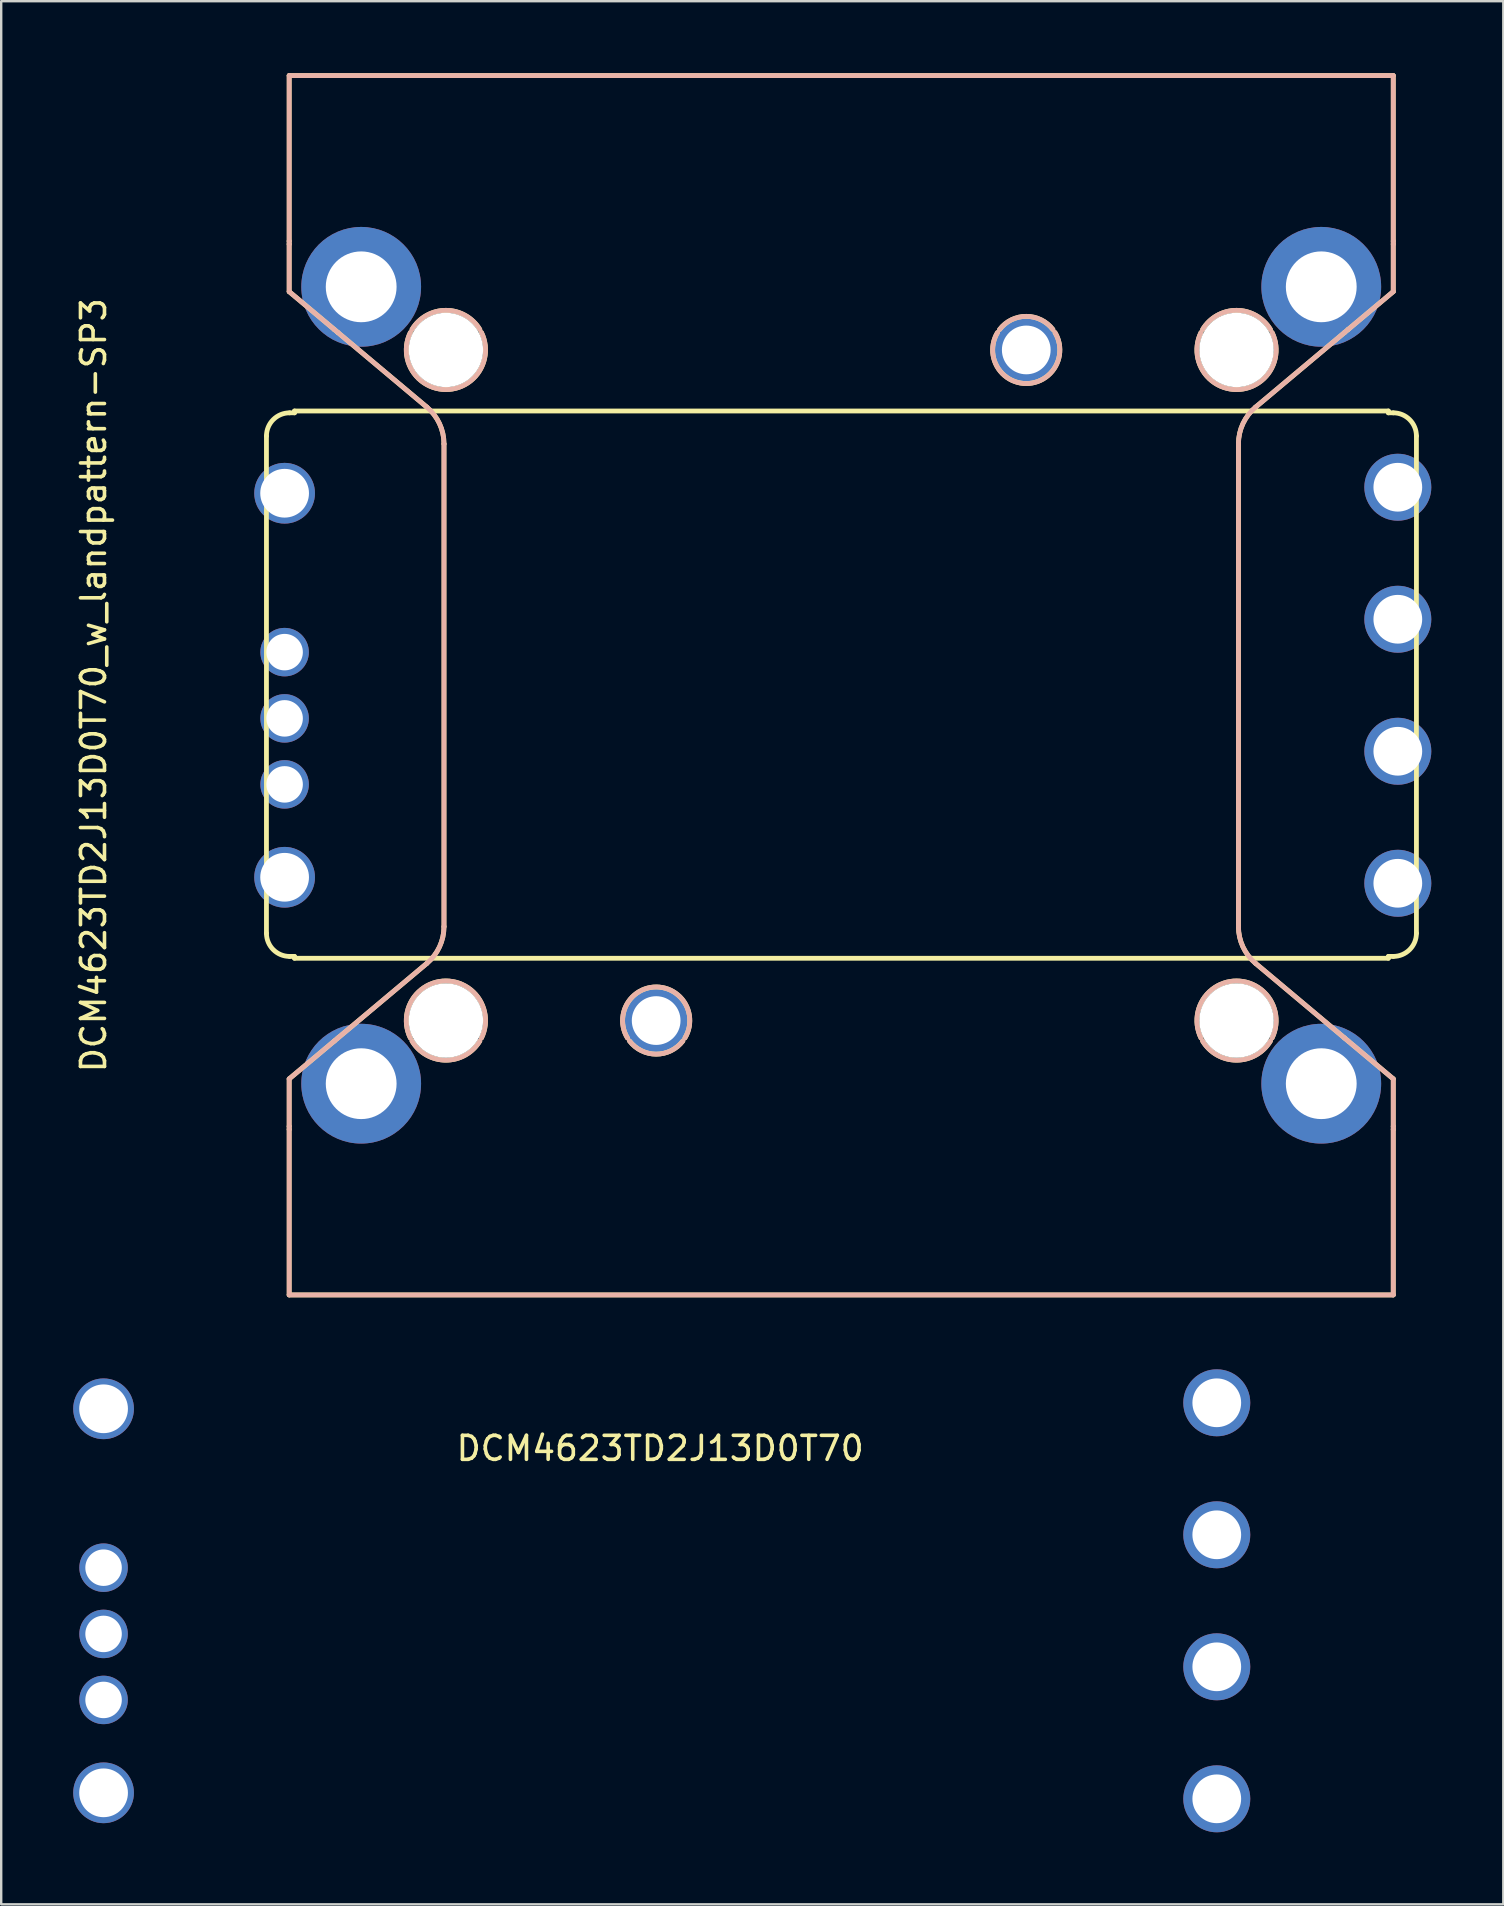
<source format=kicad_pcb>
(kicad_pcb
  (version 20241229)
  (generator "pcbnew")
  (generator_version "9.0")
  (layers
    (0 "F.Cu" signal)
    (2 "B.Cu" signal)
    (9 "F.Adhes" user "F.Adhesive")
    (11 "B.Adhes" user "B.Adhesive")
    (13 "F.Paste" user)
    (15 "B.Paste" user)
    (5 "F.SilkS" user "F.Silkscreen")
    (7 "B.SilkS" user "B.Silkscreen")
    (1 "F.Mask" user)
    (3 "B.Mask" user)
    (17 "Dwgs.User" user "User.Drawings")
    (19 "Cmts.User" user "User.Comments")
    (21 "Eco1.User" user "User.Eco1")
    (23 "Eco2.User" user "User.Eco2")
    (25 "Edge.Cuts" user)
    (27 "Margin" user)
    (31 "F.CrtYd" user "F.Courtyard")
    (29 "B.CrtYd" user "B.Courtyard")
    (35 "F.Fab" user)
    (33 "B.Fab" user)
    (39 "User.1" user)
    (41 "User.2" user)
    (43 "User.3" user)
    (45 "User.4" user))
  (footprint "DCM4623TD2J13D0T70_w_landpattern-SP3"
    (layer "F.Cu")
    (at 31.998 25.5)
    (property "Reference" "DCM4623TD2J13D0T70_w_landpattern-SP3" (at -31.15 0 90) (layer "F.SilkS") (effects (font (size 1 1) (thickness 0.15))))
    (attr through_hole)
    (fp_line (start -23.947 10.332) (end -23.947 -10.385) (stroke (width 0.2) (type solid)) (layer "F.SilkS"))
    (fp_line (start -23 -25.4) (end -23 -18.505) (stroke (width 0.2) (type solid)) (layer "F.SilkS"))
    (fp_line (start -23 -18.505) (end -23 -18.378) (stroke (width 0.2) (type solid)) (layer "F.SilkS"))
    (fp_line (start -23 -18.378) (end -23 -16.4) (stroke (width 0.2) (type solid)) (layer "F.SilkS"))
    (fp_line (start -23 -16.4) (end -21.119 -14.822) (stroke (width 0.2) (type solid)) (layer "F.SilkS"))
    (fp_line (start -23 16.4) (end -23 18.378) (stroke (width 0.2) (type solid)) (layer "F.SilkS"))
    (fp_line (start -23 18.378) (end -23 18.505) (stroke (width 0.2) (type solid)) (layer "F.SilkS"))
    (fp_line (start -23 18.505) (end -23 25.4) (stroke (width 0.2) (type solid)) (layer "F.SilkS"))
    (fp_line (start -23 25.4) (end 23 25.4) (stroke (width 0.2) (type solid)) (layer "F.SilkS"))
    (fp_line (start -22.981 -11.35) (end -22.778 -11.35) (stroke (width 0.2) (type solid)) (layer "F.SilkS"))
    (fp_line (start -22.981 11.298) (end -22.778 11.298) (stroke (width 0.2) (type solid)) (layer "F.SilkS"))
    (fp_line (start -22.778 -11.426) (end -22.778 -11.35) (stroke (width 0.2) (type solid)) (layer "F.SilkS"))
    (fp_line (start -22.778 11.298) (end -22.778 11.374) (stroke (width 0.2) (type solid)) (layer "F.SilkS"))
    (fp_line (start -22.778 11.374) (end 22.797 11.374) (stroke (width 0.2) (type solid)) (layer "F.SilkS"))
    (fp_line (start -21.119 -14.822) (end -20.968 -14.695) (stroke (width 0.2) (type solid)) (layer "F.SilkS"))
    (fp_line (start -21.119 14.822) (end -23 16.4) (stroke (width 0.2) (type solid)) (layer "F.SilkS"))
    (fp_line (start -20.968 -14.695) (end -17.264 -11.587) (stroke (width 0.2) (type solid)) (layer "F.SilkS"))
    (fp_line (start -20.968 14.695) (end -21.119 14.822) (stroke (width 0.2) (type solid)) (layer "F.SilkS"))
    (fp_line (start -17.264 11.587) (end -20.968 14.695) (stroke (width 0.2) (type solid)) (layer "F.SilkS"))
    (fp_line (start -16.55 -10.055) (end -16.55 10.055) (stroke (width 0.2) (type solid)) (layer "F.SilkS"))
    (fp_line (start 16.55 10.055) (end 16.55 -10.055) (stroke (width 0.2) (type solid)) (layer "F.SilkS"))
    (fp_line (start 17.264 -11.587) (end 20.968 -14.695) (stroke (width 0.2) (type solid)) (layer "F.SilkS"))
    (fp_line (start 20.968 -14.695) (end 21.119 -14.822) (stroke (width 0.2) (type solid)) (layer "F.SilkS"))
    (fp_line (start 20.968 14.695) (end 17.264 11.587) (stroke (width 0.2) (type solid)) (layer "F.SilkS"))
    (fp_line (start 21.119 -14.822) (end 23 -16.4) (stroke (width 0.2) (type solid)) (layer "F.SilkS"))
    (fp_line (start 21.119 14.822) (end 20.968 14.695) (stroke (width 0.2) (type solid)) (layer "F.SilkS"))
    (fp_line (start 22.797 -11.426) (end -22.778 -11.426) (stroke (width 0.2) (type solid)) (layer "F.SilkS"))
    (fp_line (start 22.797 -11.426) (end 22.797 -11.35) (stroke (width 0.2) (type solid)) (layer "F.SilkS"))
    (fp_line (start 22.797 11.374) (end 22.797 11.298) (stroke (width 0.2) (type solid)) (layer "F.SilkS"))
    (fp_line (start 23 -25.4) (end -23 -25.4) (stroke (width 0.2) (type solid)) (layer "F.SilkS"))
    (fp_line (start 23 -18.505) (end 23 -25.4) (stroke (width 0.2) (type solid)) (layer "F.SilkS"))
    (fp_line (start 23 -18.378) (end 23 -18.505) (stroke (width 0.2) (type solid)) (layer "F.SilkS"))
    (fp_line (start 23 -16.4) (end 23 -18.378) (stroke (width 0.2) (type solid)) (layer "F.SilkS"))
    (fp_line (start 23 -11.35) (end 22.797 -11.35) (stroke (width 0.2) (type solid)) (layer "F.SilkS"))
    (fp_line (start 23 11.298) (end 22.797 11.298) (stroke (width 0.2) (type solid)) (layer "F.SilkS"))
    (fp_line (start 23 16.4) (end 21.119 14.822) (stroke (width 0.2) (type solid)) (layer "F.SilkS"))
    (fp_line (start 23 18.378) (end 23 16.4) (stroke (width 0.2) (type solid)) (layer "F.SilkS"))
    (fp_line (start 23 18.505) (end 23 18.378) (stroke (width 0.2) (type solid)) (layer "F.SilkS"))
    (fp_line (start 23 25.4) (end 23 18.505) (stroke (width 0.2) (type solid)) (layer "F.SilkS"))
    (fp_line (start 23.965 10.332) (end 23.965 -10.385) (stroke (width 0.2) (type solid)) (layer "F.SilkS"))
    (fp_arc (start -23.9466 -10.3848) (mid -23.663899 -11.067299) (end -22.9814 -11.35) (stroke (width 0.2) (type solid)) (layer "F.SilkS"))
    (fp_arc (start -22.9814 11.2976) (mid -23.663899 11.014899) (end -23.9466 10.3324) (stroke (width 0.2) (type solid)) (layer "F.SilkS"))
    (fp_arc (start -17.952186 14.695) (mid -16.47 12.32) (end -14.987814 14.695) (stroke (width 0.2) (type solid)) (layer "F.SilkS"))
    (fp_arc (start -17.88301 -14.822) (mid -16.47 -15.62) (end -15.05699 -14.822) (stroke (width 0.2) (type solid)) (layer "F.SilkS"))
    (fp_arc (start -17.264425 -11.587281) (mid -16.737385 -10.900429) (end -16.55 -10.055192) (stroke (width 0.2) (type solid)) (layer "F.SilkS"))
    (fp_arc (start -16.55 10.055192) (mid -16.737384 10.900429) (end -17.264425 11.587281) (stroke (width 0.2) (type solid)) (layer "F.SilkS"))
    (fp_arc (start -15.05699 14.822) (mid -16.47 15.62) (end -17.88301 14.822) (stroke (width 0.2) (type solid)) (layer "F.SilkS"))
    (fp_arc (start -14.987814 -14.695) (mid -16.47 -12.32) (end -17.952186 -14.695) (stroke (width 0.2) (type solid)) (layer "F.SilkS"))
    (fp_arc (start -8.906554 14.695) (mid -7.7089 12.57) (end -6.511246 14.695) (stroke (width 0.2) (type solid)) (layer "F.SilkS"))
    (fp_arc (start -6.598001 14.822) (mid -7.7089 15.37) (end -8.819799 14.822) (stroke (width 0.2) (type solid)) (layer "F.SilkS"))
    (fp_arc (start 6.598001 -14.822) (mid 7.7089 -15.37) (end 8.819799 -14.822) (stroke (width 0.2) (type solid)) (layer "F.SilkS"))
    (fp_arc (start 8.906554 -14.695) (mid 7.7089 -12.57) (end 6.511246 -14.695) (stroke (width 0.2) (type solid)) (layer "F.SilkS"))
    (fp_arc (start 14.987814 14.695) (mid 16.47 12.32) (end 17.952186 14.695) (stroke (width 0.2) (type solid)) (layer "F.SilkS"))
    (fp_arc (start 15.05699 -14.822) (mid 16.47 -15.62) (end 17.88301 -14.822) (stroke (width 0.2) (type solid)) (layer "F.SilkS"))
    (fp_arc (start 16.55 -10.055192) (mid 16.737384 -10.900429) (end 17.264425 -11.587281) (stroke (width 0.2) (type solid)) (layer "F.SilkS"))
    (fp_arc (start 17.264425 11.587281) (mid 16.737385 10.900429) (end 16.55 10.055192) (stroke (width 0.2) (type solid)) (layer "F.SilkS"))
    (fp_arc (start 17.88301 14.822) (mid 16.47 15.62) (end 15.05699 14.822) (stroke (width 0.2) (type solid)) (layer "F.SilkS"))
    (fp_arc (start 17.952186 -14.695) (mid 16.47 -12.32) (end 14.987814 -14.695) (stroke (width 0.2) (type solid)) (layer "F.SilkS"))
    (fp_arc (start 23 -11.35) (mid 23.682499 -11.067299) (end 23.9652 -10.3848) (stroke (width 0.2) (type solid)) (layer "F.SilkS"))
    (fp_arc (start 23.9652 10.3324) (mid 23.682499 11.014899) (end 23 11.2976) (stroke (width 0.2) (type solid)) (layer "F.SilkS"))
    (fp_circle (center -20 -16.6) (end -20 -17.625) (stroke (width 0.2) (type solid)) (fill no) (layer "F.SilkS"))
    (fp_circle (center -20 16.6) (end -20 15.575) (stroke (width 0.2) (type solid)) (fill no) (layer "F.SilkS"))
    (fp_circle (center 20 -16.6) (end 20 -17.625) (stroke (width 0.2) (type solid)) (fill no) (layer "F.SilkS"))
    (fp_circle (center 20 16.6) (end 20 15.575) (stroke (width 0.2) (type solid)) (fill no) (layer "F.SilkS"))
    (fp_line (start -23 -25.4) (end -23 -18.505) (stroke (width 0.2) (type solid)) (layer "B.SilkS"))
    (fp_line (start -23 -18.505) (end -23 -18.378) (stroke (width 0.2) (type solid)) (layer "B.SilkS"))
    (fp_line (start -23 -18.378) (end -23 -16.4) (stroke (width 0.2) (type solid)) (layer "B.SilkS"))
    (fp_line (start -23 -16.4) (end -21.119 -14.822) (stroke (width 0.2) (type solid)) (layer "B.SilkS"))
    (fp_line (start -23 16.4) (end -23 18.378) (stroke (width 0.2) (type solid)) (layer "B.SilkS"))
    (fp_line (start -23 18.378) (end -23 18.505) (stroke (width 0.2) (type solid)) (layer "B.SilkS"))
    (fp_line (start -23 18.505) (end -23 25.4) (stroke (width 0.2) (type solid)) (layer "B.SilkS"))
    (fp_line (start -23 25.4) (end 23 25.4) (stroke (width 0.2) (type solid)) (layer "B.SilkS"))
    (fp_line (start -21.119 -14.822) (end -20.968 -14.695) (stroke (width 0.2) (type solid)) (layer "B.SilkS"))
    (fp_line (start -21.119 14.822) (end -23 16.4) (stroke (width 0.2) (type solid)) (layer "B.SilkS"))
    (fp_line (start -20.968 -14.695) (end -17.264 -11.587) (stroke (width 0.2) (type solid)) (layer "B.SilkS"))
    (fp_line (start -20.968 14.695) (end -21.119 14.822) (stroke (width 0.2) (type solid)) (layer "B.SilkS"))
    (fp_line (start -17.264 11.587) (end -20.968 14.695) (stroke (width 0.2) (type solid)) (layer "B.SilkS"))
    (fp_line (start -16.55 -10.055) (end -16.55 10.055) (stroke (width 0.2) (type solid)) (layer "B.SilkS"))
    (fp_line (start 16.55 10.055) (end 16.55 -10.055) (stroke (width 0.2) (type solid)) (layer "B.SilkS"))
    (fp_line (start 17.264 -11.587) (end 20.968 -14.695) (stroke (width 0.2) (type solid)) (layer "B.SilkS"))
    (fp_line (start 20.968 -14.695) (end 21.119 -14.822) (stroke (width 0.2) (type solid)) (layer "B.SilkS"))
    (fp_line (start 20.968 14.695) (end 17.264 11.587) (stroke (width 0.2) (type solid)) (layer "B.SilkS"))
    (fp_line (start 21.119 -14.822) (end 23 -16.4) (stroke (width 0.2) (type solid)) (layer "B.SilkS"))
    (fp_line (start 21.119 14.822) (end 20.968 14.695) (stroke (width 0.2) (type solid)) (layer "B.SilkS"))
    (fp_line (start 23 -25.4) (end -23 -25.4) (stroke (width 0.2) (type solid)) (layer "B.SilkS"))
    (fp_line (start 23 -18.505) (end 23 -25.4) (stroke (width 0.2) (type solid)) (layer "B.SilkS"))
    (fp_line (start 23 -18.378) (end 23 -18.505) (stroke (width 0.2) (type solid)) (layer "B.SilkS"))
    (fp_line (start 23 -16.4) (end 23 -18.378) (stroke (width 0.2) (type solid)) (layer "B.SilkS"))
    (fp_line (start 23 16.4) (end 21.119 14.822) (stroke (width 0.2) (type solid)) (layer "B.SilkS"))
    (fp_line (start 23 18.378) (end 23 16.4) (stroke (width 0.2) (type solid)) (layer "B.SilkS"))
    (fp_line (start 23 18.505) (end 23 18.378) (stroke (width 0.2) (type solid)) (layer "B.SilkS"))
    (fp_line (start 23 25.4) (end 23 18.505) (stroke (width 0.2) (type solid)) (layer "B.SilkS"))
    (fp_arc (start -17.952186 14.695) (mid -16.47 12.32) (end -14.987814 14.695) (stroke (width 0.2) (type solid)) (layer "B.SilkS"))
    (fp_arc (start -17.88301 -14.822) (mid -16.47 -15.62) (end -15.05699 -14.822) (stroke (width 0.2) (type solid)) (layer "B.SilkS"))
    (fp_arc (start -17.264425 -11.587281) (mid -16.737385 -10.900429) (end -16.55 -10.055192) (stroke (width 0.2) (type solid)) (layer "B.SilkS"))
    (fp_arc (start -16.55 10.055192) (mid -16.737384 10.900429) (end -17.264425 11.587281) (stroke (width 0.2) (type solid)) (layer "B.SilkS"))
    (fp_arc (start -15.05699 14.822) (mid -16.47 15.62) (end -17.88301 14.822) (stroke (width 0.2) (type solid)) (layer "B.SilkS"))
    (fp_arc (start -14.987814 -14.695) (mid -16.47 -12.32) (end -17.952186 -14.695) (stroke (width 0.2) (type solid)) (layer "B.SilkS"))
    (fp_arc (start -8.906554 14.695) (mid -7.7089 12.57) (end -6.511246 14.695) (stroke (width 0.2) (type solid)) (layer "B.SilkS"))
    (fp_arc (start -6.598001 14.822) (mid -7.7089 15.37) (end -8.819799 14.822) (stroke (width 0.2) (type solid)) (layer "B.SilkS"))
    (fp_arc (start 6.598001 -14.822) (mid 7.7089 -15.37) (end 8.819799 -14.822) (stroke (width 0.2) (type solid)) (layer "B.SilkS"))
    (fp_arc (start 8.906554 -14.695) (mid 7.7089 -12.57) (end 6.511246 -14.695) (stroke (width 0.2) (type solid)) (layer "B.SilkS"))
    (fp_arc (start 14.987814 14.695) (mid 16.47 12.32) (end 17.952186 14.695) (stroke (width 0.2) (type solid)) (layer "B.SilkS"))
    (fp_arc (start 15.05699 -14.822) (mid 16.47 -15.62) (end 17.88301 -14.822) (stroke (width 0.2) (type solid)) (layer "B.SilkS"))
    (fp_arc (start 16.55 -10.055192) (mid 16.737384 -10.900429) (end 17.264425 -11.587281) (stroke (width 0.2) (type solid)) (layer "B.SilkS"))
    (fp_arc (start 17.264425 11.587281) (mid 16.737385 10.900429) (end 16.55 10.055192) (stroke (width 0.2) (type solid)) (layer "B.SilkS"))
    (fp_arc (start 17.88301 14.822) (mid 16.47 15.62) (end 15.05699 14.822) (stroke (width 0.2) (type solid)) (layer "B.SilkS"))
    (fp_arc (start 17.952186 -14.695) (mid 16.47 -12.32) (end 14.987814 -14.695) (stroke (width 0.2) (type solid)) (layer "B.SilkS"))
    (fp_circle (center -20 -16.6) (end -20 -17.625) (stroke (width 0.2) (type solid)) (fill no) (layer "B.SilkS"))
    (fp_circle (center -20 16.6) (end -20 15.575) (stroke (width 0.2) (type solid)) (fill no) (layer "B.SilkS"))
    (fp_circle (center 20 -16.6) (end 20 -17.625) (stroke (width 0.2) (type solid)) (fill no) (layer "B.SilkS"))
    (fp_circle (center 20 16.6) (end 20 15.575) (stroke (width 0.2) (type solid)) (fill no) (layer "B.SilkS"))
    (pad "" thru_hole circle (at -20 -16.6) (size 4.99 4.99) (drill 2.95) (layers "*.Cu" "*.Mask"))
    (pad "" thru_hole circle (at -20 16.6) (size 4.99 4.99) (drill 2.95) (layers "*.Cu" "*.Mask"))
    (pad "" np_thru_hole circle (at -16.47 -13.97) (size 3.1 3.1) (drill 3.1) (layers "*.Cu" "*.Mask"))
    (pad "" np_thru_hole circle (at -16.47 13.97) (size 3.1 3.1) (drill 3.1) (layers "*.Cu" "*.Mask"))
    (pad "" thru_hole circle (at -7.71 13.97) (size 2.79 2.79) (drill 2.03) (layers "*.Cu" "*.Mask"))
    (pad "" thru_hole circle (at 7.71 -13.97) (size 2.79 2.79) (drill 2.03) (layers "*.Cu" "*.Mask"))
    (pad "" np_thru_hole circle (at 16.47 -13.97) (size 3.1 3.1) (drill 3.1) (layers "*.Cu" "*.Mask"))
    (pad "" np_thru_hole circle (at 16.47 13.97) (size 3.1 3.1) (drill 3.1) (layers "*.Cu" "*.Mask"))
    (pad "" thru_hole circle (at 20 -16.6) (size 4.99 4.99) (drill 2.95) (layers "*.Cu" "*.Mask"))
    (pad "" thru_hole circle (at 20 16.6) (size 4.99 4.99) (drill 2.95) (layers "*.Cu" "*.Mask"))
    (pad "1" thru_hole circle (at -23.19 -8) (size 2.53 2.53) (drill 2.03) (layers "*.Cu" "*.Mask"))
    (pad "2" thru_hole circle (at -23.19 -1.38) (size 2.02 2.02) (drill 1.52) (layers "*.Cu" "*.Mask"))
    (pad "3" thru_hole circle (at -23.19 1.38) (size 2.02 2.02) (drill 1.52) (layers "*.Cu" "*.Mask"))
    (pad "4" thru_hole circle (at -23.19 4.13) (size 2.02 2.02) (drill 1.52) (layers "*.Cu" "*.Mask"))
    (pad "5" thru_hole circle (at -23.19 8) (size 2.53 2.53) (drill 2.03) (layers "*.Cu" "*.Mask"))
    (pad "6" thru_hole circle (at 23.19 8.25) (size 2.79 2.79) (drill 2.03) (layers "*.Cu" "*.Mask"))
    (pad "7" thru_hole circle (at 23.19 2.75) (size 2.79 2.79) (drill 2.03) (layers "*.Cu" "*.Mask"))
    (pad "8" thru_hole circle (at 23.19 -2.75) (size 2.79 2.79) (drill 2.03) (layers "*.Cu" "*.Mask"))
    (pad "9" thru_hole circle (at 23.19 -8.25) (size 2.79 2.79) (drill 2.03) (layers "*.Cu" "*.Mask")))
  (footprint "DCM4623TD2J13D0T70"
    (layer "F.Cu")
    (at 24.455 63.645)
    (property "Reference" "DCM4623TD2J13D0T70" (at 0 -6.35 0) (layer "F.SilkS") (effects (font (size 1 1) (thickness 0.15))))
    (attr through_hole)
    (pad "1" thru_hole circle (at -23.19 -8) (size 2.53 2.53) (drill 2.03) (layers "*.Cu" "*.Mask"))
    (pad "2" thru_hole circle (at -23.19 -1.38) (size 2.02 2.02) (drill 1.52) (layers "*.Cu" "*.Mask"))
    (pad "3" thru_hole circle (at -23.19 1.38) (size 2.02 2.02) (drill 1.52) (layers "*.Cu" "*.Mask"))
    (pad "4" thru_hole circle (at -23.19 4.13) (size 2.02 2.02) (drill 1.52) (layers "*.Cu" "*.Mask"))
    (pad "5" thru_hole circle (at -23.19 8) (size 2.53 2.53) (drill 2.03) (layers "*.Cu" "*.Mask"))
    (pad "6" thru_hole circle (at 23.19 8.25) (size 2.79 2.79) (drill 2.03) (layers "*.Cu" "*.Mask"))
    (pad "7" thru_hole circle (at 23.19 2.75) (size 2.79 2.79) (drill 2.03) (layers "*.Cu" "*.Mask"))
    (pad "8" thru_hole circle (at 23.19 -2.75) (size 2.79 2.79) (drill 2.03) (layers "*.Cu" "*.Mask"))
    (pad "9" thru_hole circle (at 23.19 -8.25) (size 2.79 2.79) (drill 2.03) (layers "*.Cu" "*.Mask")))
  (gr_rect
    (start -3 -3)
    (end 59.583 76.29)
    (stroke (width 0.1) (type default))
    (fill no)
    (layer "Edge.Cuts")))
</source>
